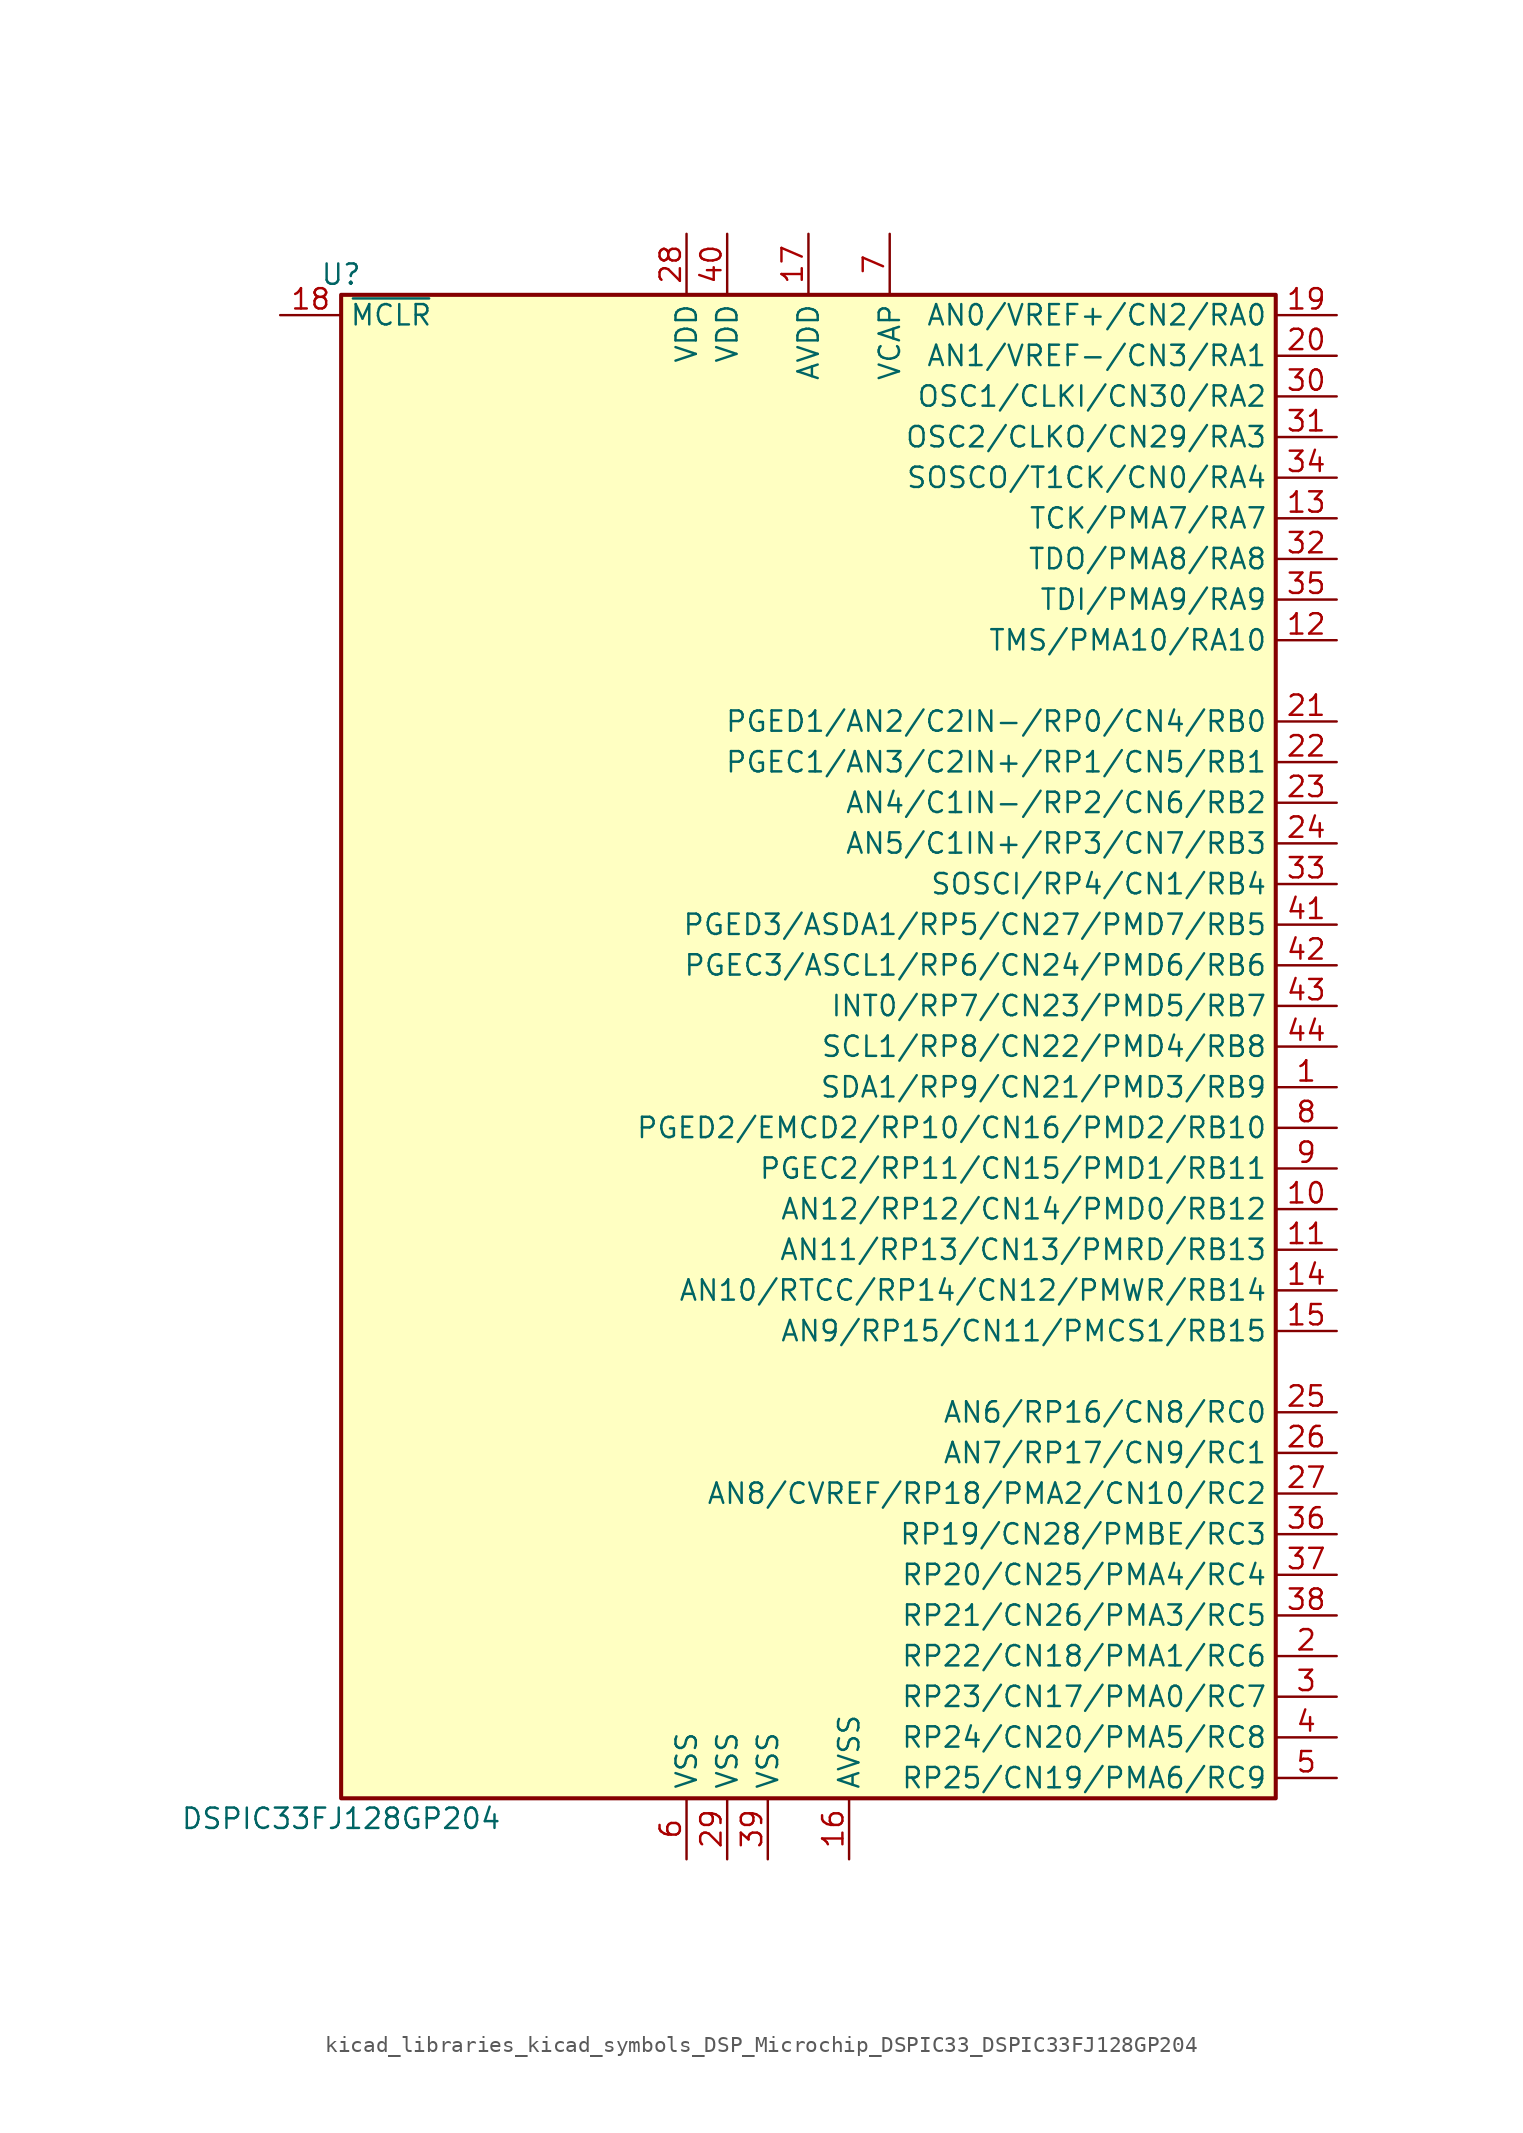
<source format=kicad_sym>
(kicad_symbol_lib
  (version 20220914)
  (generator kicad_symbol_editor)
  (symbol "kicad_libraries_kicad_symbols_DSP_Microchip_DSPIC33_DSPIC33FJ128GP204"
    (property "Reference" "U"
      (at -29.21 48.26 0)
      (effects (font (size 1.27 1.27))))
    (property "Value" "DSPIC33FJ128GP204"
      (at -29.21 -48.26 0)
      (effects (font (size 1.27 1.27))))
    (symbol "kicad_libraries_kicad_symbols_DSP_Microchip_DSPIC33_DSPIC33FJ128GP204_1_1"
      (rectangle (start -29.21 46.99) (end 29.21 -46.99) (stroke (width 0.254) (type default)) (fill (type background)))
      (pin bidirectional line (at 33.02 -2.54 180) (length 3.81) (name "SDA1/RP9/CN21/PMD3/RB9" (effects (font (size 1.27 1.27)))) (number "1" (effects (font (size 1.27 1.27)))))
      (pin bidirectional line (at 33.02 -10.16 180) (length 3.81) (name "AN12/RP12/CN14/PMD0/RB12" (effects (font (size 1.27 1.27)))) (number "10" (effects (font (size 1.27 1.27)))))
      (pin bidirectional line (at 33.02 -12.7 180) (length 3.81) (name "AN11/RP13/CN13/PMRD/RB13" (effects (font (size 1.27 1.27)))) (number "11" (effects (font (size 1.27 1.27)))))
      (pin bidirectional line (at 33.02 25.4 180) (length 3.81) (name "TMS/PMA10/RA10" (effects (font (size 1.27 1.27)))) (number "12" (effects (font (size 1.27 1.27)))))
      (pin bidirectional line (at 33.02 33.02 180) (length 3.81) (name "TCK/PMA7/RA7" (effects (font (size 1.27 1.27)))) (number "13" (effects (font (size 1.27 1.27)))))
      (pin bidirectional line (at 33.02 -15.24 180) (length 3.81) (name "AN10/RTCC/RP14/CN12/PMWR/RB14" (effects (font (size 1.27 1.27)))) (number "14" (effects (font (size 1.27 1.27)))))
      (pin bidirectional line (at 33.02 -17.78 180) (length 3.81) (name "AN9/RP15/CN11/PMCS1/RB15" (effects (font (size 1.27 1.27)))) (number "15" (effects (font (size 1.27 1.27)))))
      (pin power_in line (at 2.54 -50.8 90) (length 3.81) (name "AVSS" (effects (font (size 1.27 1.27)))) (number "16" (effects (font (size 1.27 1.27)))))
      (pin power_in line (at 0 50.8 270) (length 3.81) (name "AVDD" (effects (font (size 1.27 1.27)))) (number "17" (effects (font (size 1.27 1.27)))))
      (pin input line (at -33.02 45.72 0) (length 3.81) (name "~{MCLR}" (effects (font (size 1.27 1.27)))) (number "18" (effects (font (size 1.27 1.27)))))
      (pin bidirectional line (at 33.02 45.72 180) (length 3.81) (name "AN0/VREF+/CN2/RA0" (effects (font (size 1.27 1.27)))) (number "19" (effects (font (size 1.27 1.27)))))
      (pin bidirectional line (at 33.02 -38.1 180) (length 3.81) (name "RP22/CN18/PMA1/RC6" (effects (font (size 1.27 1.27)))) (number "2" (effects (font (size 1.27 1.27)))))
      (pin bidirectional line (at 33.02 43.18 180) (length 3.81) (name "AN1/VREF-/CN3/RA1" (effects (font (size 1.27 1.27)))) (number "20" (effects (font (size 1.27 1.27)))))
      (pin bidirectional line (at 33.02 20.32 180) (length 3.81) (name "PGED1/AN2/C2IN-/RP0/CN4/RB0" (effects (font (size 1.27 1.27)))) (number "21" (effects (font (size 1.27 1.27)))))
      (pin bidirectional line (at 33.02 17.78 180) (length 3.81) (name "PGEC1/AN3/C2IN+/RP1/CN5/RB1" (effects (font (size 1.27 1.27)))) (number "22" (effects (font (size 1.27 1.27)))))
      (pin bidirectional line (at 33.02 15.24 180) (length 3.81) (name "AN4/C1IN-/RP2/CN6/RB2" (effects (font (size 1.27 1.27)))) (number "23" (effects (font (size 1.27 1.27)))))
      (pin bidirectional line (at 33.02 12.7 180) (length 3.81) (name "AN5/C1IN+/RP3/CN7/RB3" (effects (font (size 1.27 1.27)))) (number "24" (effects (font (size 1.27 1.27)))))
      (pin bidirectional line (at 33.02 -22.86 180) (length 3.81) (name "AN6/RP16/CN8/RC0" (effects (font (size 1.27 1.27)))) (number "25" (effects (font (size 1.27 1.27)))))
      (pin bidirectional line (at 33.02 -25.4 180) (length 3.81) (name "AN7/RP17/CN9/RC1" (effects (font (size 1.27 1.27)))) (number "26" (effects (font (size 1.27 1.27)))))
      (pin bidirectional line (at 33.02 -27.94 180) (length 3.81) (name "AN8/CVREF/RP18/PMA2/CN10/RC2" (effects (font (size 1.27 1.27)))) (number "27" (effects (font (size 1.27 1.27)))))
      (pin power_in line (at -7.62 50.8 270) (length 3.81) (name "VDD" (effects (font (size 1.27 1.27)))) (number "28" (effects (font (size 1.27 1.27)))))
      (pin power_in line (at -5.08 -50.8 90) (length 3.81) (name "VSS" (effects (font (size 1.27 1.27)))) (number "29" (effects (font (size 1.27 1.27)))))
      (pin bidirectional line (at 33.02 -40.64 180) (length 3.81) (name "RP23/CN17/PMA0/RC7" (effects (font (size 1.27 1.27)))) (number "3" (effects (font (size 1.27 1.27)))))
      (pin input line (at 33.02 40.64 180) (length 3.81) (name "OSC1/CLKI/CN30/RA2" (effects (font (size 1.27 1.27)))) (number "30" (effects (font (size 1.27 1.27)))))
      (pin input line (at 33.02 38.1 180) (length 3.81) (name "OSC2/CLKO/CN29/RA3" (effects (font (size 1.27 1.27)))) (number "31" (effects (font (size 1.27 1.27)))))
      (pin input line (at 33.02 30.48 180) (length 3.81) (name "TDO/PMA8/RA8" (effects (font (size 1.27 1.27)))) (number "32" (effects (font (size 1.27 1.27)))))
      (pin input line (at 33.02 10.16 180) (length 3.81) (name "SOSCI/RP4/CN1/RB4" (effects (font (size 1.27 1.27)))) (number "33" (effects (font (size 1.27 1.27)))))
      (pin input line (at 33.02 35.56 180) (length 3.81) (name "SOSCO/T1CK/CN0/RA4" (effects (font (size 1.27 1.27)))) (number "34" (effects (font (size 1.27 1.27)))))
      (pin input line (at 33.02 27.94 180) (length 3.81) (name "TDI/PMA9/RA9" (effects (font (size 1.27 1.27)))) (number "35" (effects (font (size 1.27 1.27)))))
      (pin input line (at 33.02 -30.48 180) (length 3.81) (name "RP19/CN28/PMBE/RC3" (effects (font (size 1.27 1.27)))) (number "36" (effects (font (size 1.27 1.27)))))
      (pin input line (at 33.02 -33.02 180) (length 3.81) (name "RP20/CN25/PMA4/RC4" (effects (font (size 1.27 1.27)))) (number "37" (effects (font (size 1.27 1.27)))))
      (pin input line (at 33.02 -35.56 180) (length 3.81) (name "RP21/CN26/PMA3/RC5" (effects (font (size 1.27 1.27)))) (number "38" (effects (font (size 1.27 1.27)))))
      (pin power_in line (at -2.54 -50.8 90) (length 3.81) (name "VSS" (effects (font (size 1.27 1.27)))) (number "39" (effects (font (size 1.27 1.27)))))
      (pin bidirectional line (at 33.02 -43.18 180) (length 3.81) (name "RP24/CN20/PMA5/RC8" (effects (font (size 1.27 1.27)))) (number "4" (effects (font (size 1.27 1.27)))))
      (pin power_in line (at -5.08 50.8 270) (length 3.81) (name "VDD" (effects (font (size 1.27 1.27)))) (number "40" (effects (font (size 1.27 1.27)))))
      (pin input line (at 33.02 7.62 180) (length 3.81) (name "PGED3/ASDA1/RP5/CN27/PMD7/RB5" (effects (font (size 1.27 1.27)))) (number "41" (effects (font (size 1.27 1.27)))))
      (pin input line (at 33.02 5.08 180) (length 3.81) (name "PGEC3/ASCL1/RP6/CN24/PMD6/RB6" (effects (font (size 1.27 1.27)))) (number "42" (effects (font (size 1.27 1.27)))))
      (pin input line (at 33.02 2.54 180) (length 3.81) (name "INT0/RP7/CN23/PMD5/RB7" (effects (font (size 1.27 1.27)))) (number "43" (effects (font (size 1.27 1.27)))))
      (pin input line (at 33.02 0 180) (length 3.81) (name "SCL1/RP8/CN22/PMD4/RB8" (effects (font (size 1.27 1.27)))) (number "44" (effects (font (size 1.27 1.27)))))
      (pin bidirectional line (at 33.02 -45.72 180) (length 3.81) (name "RP25/CN19/PMA6/RC9" (effects (font (size 1.27 1.27)))) (number "5" (effects (font (size 1.27 1.27)))))
      (pin power_in line (at -7.62 -50.8 90) (length 3.81) (name "VSS" (effects (font (size 1.27 1.27)))) (number "6" (effects (font (size 1.27 1.27)))))
      (pin power_in line (at 5.08 50.8 270) (length 3.81) (name "VCAP" (effects (font (size 1.27 1.27)))) (number "7" (effects (font (size 1.27 1.27)))))
      (pin bidirectional line (at 33.02 -5.08 180) (length 3.81) (name "PGED2/EMCD2/RP10/CN16/PMD2/RB10" (effects (font (size 1.27 1.27)))) (number "8" (effects (font (size 1.27 1.27)))))
      (pin bidirectional line (at 33.02 -7.62 180) (length 3.81) (name "PGEC2/RP11/CN15/PMD1/RB11" (effects (font (size 1.27 1.27)))) (number "9" (effects (font (size 1.27 1.27))))))))
</source>
